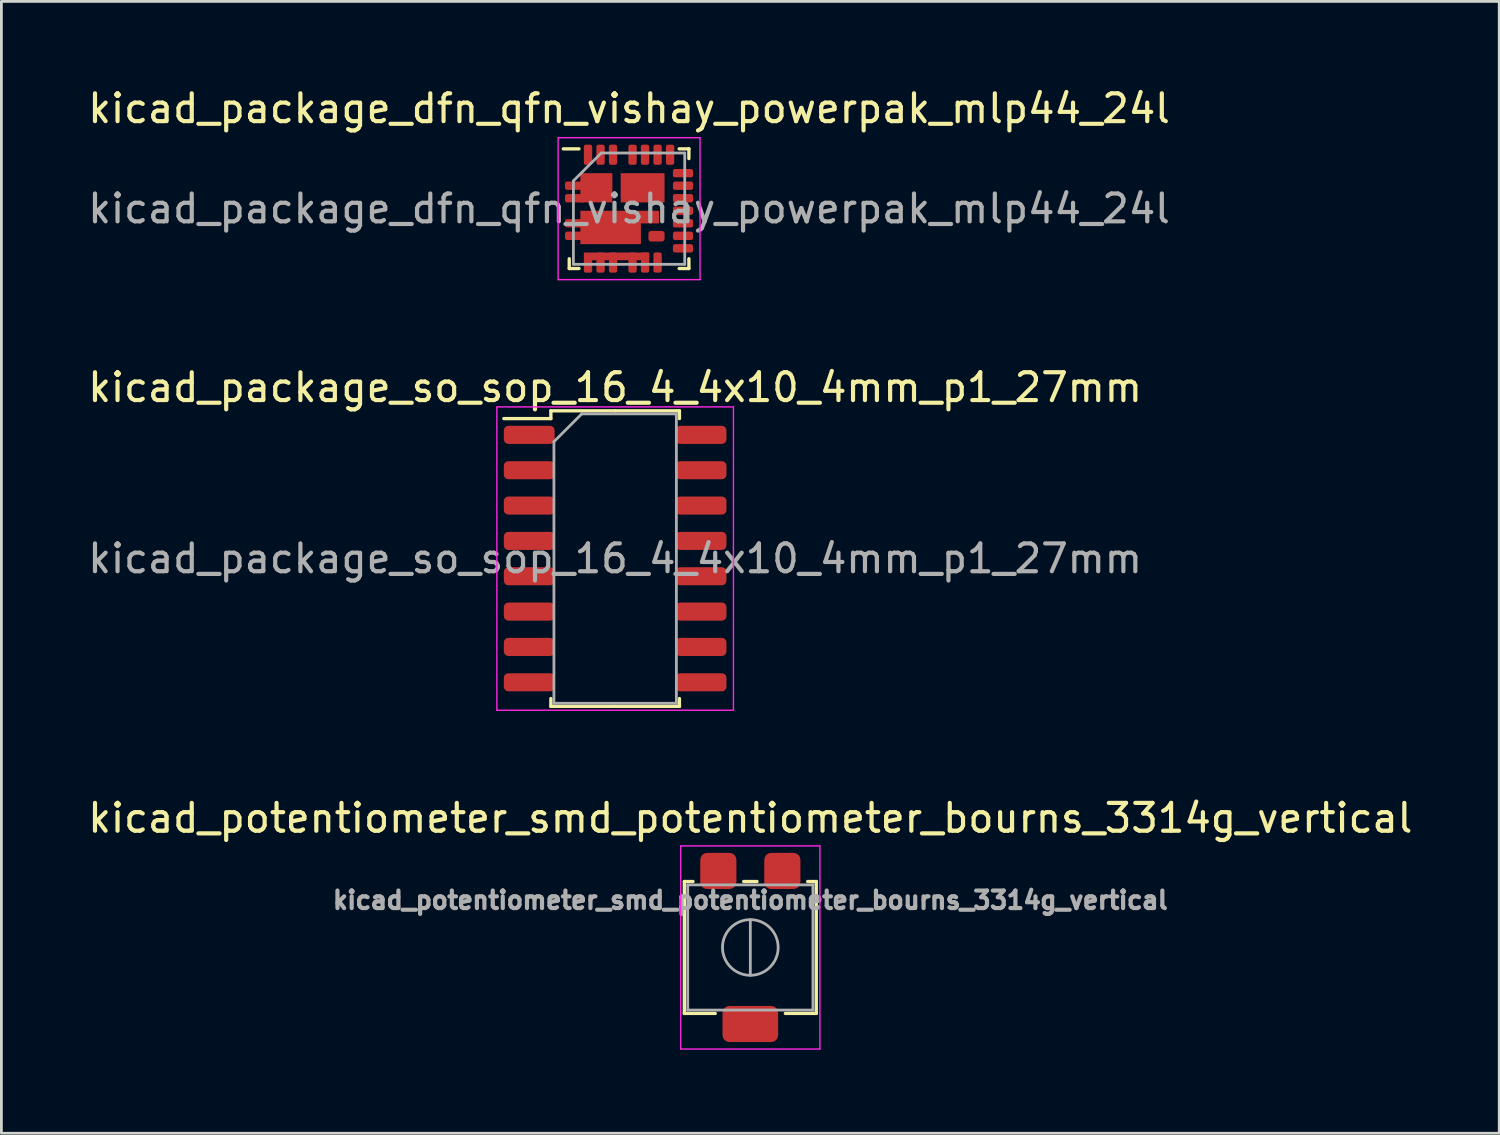
<source format=kicad_pcb>
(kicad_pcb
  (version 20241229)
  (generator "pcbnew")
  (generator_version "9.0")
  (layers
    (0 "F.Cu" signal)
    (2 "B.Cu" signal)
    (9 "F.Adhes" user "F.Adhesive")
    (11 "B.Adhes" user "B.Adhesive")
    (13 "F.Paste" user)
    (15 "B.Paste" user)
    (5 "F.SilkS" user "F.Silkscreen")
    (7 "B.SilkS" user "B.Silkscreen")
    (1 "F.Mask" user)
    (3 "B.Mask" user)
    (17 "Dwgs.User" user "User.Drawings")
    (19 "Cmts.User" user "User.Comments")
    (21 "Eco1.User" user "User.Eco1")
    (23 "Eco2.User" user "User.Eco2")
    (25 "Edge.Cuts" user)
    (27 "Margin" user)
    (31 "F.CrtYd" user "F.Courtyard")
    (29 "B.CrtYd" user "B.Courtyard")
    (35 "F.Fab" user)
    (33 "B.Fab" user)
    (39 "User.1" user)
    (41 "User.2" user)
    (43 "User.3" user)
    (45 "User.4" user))
  (footprint "kicad_package_dfn_qfn_vishay_powerpak_mlp44_24l"
    (layer "F.Cu")
    (at 19.554 4.448)
    (property "Reference" "kicad_package_dfn_qfn_vishay_powerpak_mlp44_24l" (at 0 -3.6 0) (layer "F.SilkS") (effects (font (size 1 1) (thickness 0.15))))
    (attr smd)
    (fp_line (start -2.15 2.15) (end -2.15 1.8) (stroke (width 0.12) (type solid)) (layer "F.SilkS"))
    (fp_line (start -1.8 -2.15) (end -2.362 -2.15) (stroke (width 0.12) (type solid)) (layer "F.SilkS"))
    (fp_line (start -1.8 2.15) (end -2.15 2.15) (stroke (width 0.12) (type solid)) (layer "F.SilkS"))
    (fp_line (start 1.8 -2.15) (end 2.15 -2.15) (stroke (width 0.12) (type solid)) (layer "F.SilkS"))
    (fp_line (start 1.8 2.15) (end 2.15 2.15) (stroke (width 0.12) (type solid)) (layer "F.SilkS"))
    (fp_line (start 2.15 -2.15) (end 2.15 -1.8) (stroke (width 0.12) (type solid)) (layer "F.SilkS"))
    (fp_line (start 2.15 2.15) (end 2.15 1.8) (stroke (width 0.12) (type solid)) (layer "F.SilkS"))
    (fp_line (start -2.55 -2.55) (end 2.55 -2.55) (stroke (width 0.05) (type solid)) (layer "F.CrtYd"))
    (fp_line (start -2.55 2.55) (end -2.55 -2.55) (stroke (width 0.05) (type solid)) (layer "F.CrtYd"))
    (fp_line (start 2.55 -2.55) (end 2.55 2.55) (stroke (width 0.05) (type solid)) (layer "F.CrtYd"))
    (fp_line (start 2.55 2.55) (end -2.55 2.55) (stroke (width 0.05) (type solid)) (layer "F.CrtYd"))
    (fp_line (start -2 -1) (end -2 2) (stroke (width 0.1) (type solid)) (layer "F.Fab"))
    (fp_line (start -2 2) (end 2 2) (stroke (width 0.1) (type solid)) (layer "F.Fab"))
    (fp_line (start -1 -2) (end -2 -1) (stroke (width 0.1) (type solid)) (layer "F.Fab"))
    (fp_line (start 2 -2) (end -1 -2) (stroke (width 0.1) (type solid)) (layer "F.Fab"))
    (fp_line (start 2 2) (end 2 -2) (stroke (width 0.1) (type solid)) (layer "F.Fab"))
    (fp_text user "${REFERENCE}" (at 0 0 0) (layer "F.Fab") (effects (font (size 1 1) (thickness 0.15))))
    (pad "1" smd roundrect (at -1.938 -0.825 90) (size 0.3 0.725) (layers "F.Cu" "F.Mask" "F.Paste") (roundrect_rratio 0.25))
    (pad "2" smd roundrect (at -1.938 -0.375 90) (size 0.3 0.725) (layers "F.Cu" "F.Mask" "F.Paste") (roundrect_rratio 0.25))
    (pad "3" smd roundrect (at -1.938 0.525 90) (size 0.3 0.725) (layers "F.Cu" "F.Mask" "F.Paste") (roundrect_rratio 0.25))
    (pad "4" smd roundrect (at -1.938 0.975 90) (size 0.3 0.725) (layers "F.Cu" "F.Mask" "F.Paste") (roundrect_rratio 0.25))
    (pad "5" smd custom (at -1.475 1.938) (size 0.3 0.725) (layers "F.Cu" "F.Mask" "F.Paste") (options (anchor circle)) (primitives (gr_poly (pts (xy -0.15 -0.287) (xy -0.144 -0.316) (xy -0.128 -0.341) (xy -0.104 -0.357) (xy -0.075 -0.362) (xy 0.075 -0.362) (xy 0.104 -0.357) (xy 0.128 -0.341) (xy 0.144 -0.316) (xy 0.15 -0.287) (xy 0.15 0.287) (xy 0.144 0.316) (xy 0.128 0.341) (xy 0.104 0.357) (xy 0.075 0.362) (xy -0.075 0.362) (xy -0.104 0.357) (xy -0.128 0.341) (xy -0.144 0.316) (xy -0.15 0.287)) (width 0) (fill yes)) (gr_poly (pts (xy -0.15 -0.362) (xy 2.2 -0.362) (xy 2.2 -0.087) (xy -0.15 -0.087)) (width 0) (fill yes))))
    (pad "6" smd roundrect (at -1.025 1.938) (size 0.3 0.725) (layers "F.Cu" "F.Mask" "F.Paste") (roundrect_rratio 0.25))
    (pad "7" smd roundrect (at -0.575 1.938) (size 0.3 0.725) (layers "F.Cu" "F.Mask" "F.Paste") (roundrect_rratio 0.25))
    (pad "8" smd roundrect (at 0.125 1.938) (size 0.3 0.725) (layers "F.Cu" "F.Mask" "F.Paste") (roundrect_rratio 0.25))
    (pad "9" smd roundrect (at 0.575 1.938) (size 0.3 0.725) (layers "F.Cu" "F.Mask" "F.Paste") (roundrect_rratio 0.25))
    (pad "10" smd roundrect (at 1.025 1.935) (size 0.3 0.725) (layers "F.Cu" "F.Mask" "F.Paste") (roundrect_rratio 0.25))
    (pad "11" smd roundrect (at 1.938 1.425 90) (size 0.3 0.725) (layers "F.Cu" "F.Mask" "F.Paste") (roundrect_rratio 0.25))
    (pad "12" smd roundrect (at 1.938 0.975 90) (size 0.3 0.725) (layers "F.Cu" "F.Mask" "F.Paste") (roundrect_rratio 0.25))
    (pad "13" smd roundrect (at 1.938 0.525 90) (size 0.3 0.725) (layers "F.Cu" "F.Mask" "F.Paste") (roundrect_rratio 0.25))
    (pad "14" smd roundrect (at 1.938 0.075 90) (size 0.3 0.725) (layers "F.Cu" "F.Mask" "F.Paste") (roundrect_rratio 0.25))
    (pad "15" smd roundrect (at 1.938 -0.375 90) (size 0.3 0.725) (layers "F.Cu" "F.Mask" "F.Paste") (roundrect_rratio 0.25))
    (pad "16" smd roundrect (at 1.938 -0.825 90) (size 0.3 0.725) (layers "F.Cu" "F.Mask" "F.Paste") (roundrect_rratio 0.25))
    (pad "17" smd roundrect (at 1.938 -1.275 90) (size 0.3 0.725) (layers "F.Cu" "F.Mask" "F.Paste") (roundrect_rratio 0.25))
    (pad "18" smd roundrect (at 1.475 -1.938) (size 0.3 0.725) (layers "F.Cu" "F.Mask" "F.Paste") (roundrect_rratio 0.25))
    (pad "19" smd roundrect (at 1.025 -1.938) (size 0.3 0.725) (layers "F.Cu" "F.Mask" "F.Paste") (roundrect_rratio 0.25))
    (pad "20" smd roundrect (at 0.575 -1.938) (size 0.3 0.725) (layers "F.Cu" "F.Mask" "F.Paste") (roundrect_rratio 0.25))
    (pad "21" smd roundrect (at 0.125 -1.938) (size 0.3 0.725) (layers "F.Cu" "F.Mask" "F.Paste") (roundrect_rratio 0.25))
    (pad "22" smd roundrect (at -0.575 -1.938) (size 0.3 0.725) (layers "F.Cu" "F.Mask" "F.Paste") (roundrect_rratio 0.25))
    (pad "23" smd roundrect (at -1.025 -1.938) (size 0.3 0.725) (layers "F.Cu" "F.Mask" "F.Paste") (roundrect_rratio 0.25))
    (pad "24" smd roundrect (at -1.475 -1.938) (size 0.3 0.725) (layers "F.Cu" "F.Mask" "F.Paste") (roundrect_rratio 0.25))
    (pad "25" smd rect (at 0.487 -0.75 180) (size 1.575 1.05) (layers "F.Cu" "F.Mask" "F.Paste"))
    (pad "26" smd rect (at -1.175 -0.75 180) (size 1.15 1.05) (layers "F.Cu" "F.Mask" "F.Paste"))
    (pad "27" smd custom (at -0.75 0.775) (size 1 1) (layers "F.Cu" "F.Mask" "F.Paste") (options (anchor rect)) (primitives (gr_poly (pts (xy -1 0.5) (xy -1 -0.7) (xy 1.825 -0.7) (xy 1.825 -0.245) (xy 1.175 -0.245) (xy 1.175 0.5)) (width 0) (fill yes))))
    (pad "28" smd roundrect (at 0.985 0.99 180) (size 0.58 0.38) (layers "F.Cu" "F.Mask" "F.Paste") (roundrect_rratio 0.25)))
  (footprint "kicad_potentiometer_smd_potentiometer_bourns_3314g_vertical"
    (layer "F.Cu")
    (at 23.911 30.995)
    (property "Reference" "kicad_potentiometer_smd_potentiometer_bourns_3314g_vertical" (at 0 -4.65 0) (layer "F.SilkS") (effects (font (size 1 1) (thickness 0.15))))
    (attr smd)
    (fp_line (start -2.37 -2.37) (end -2.37 2.37) (stroke (width 0.12) (type solid)) (layer "F.SilkS"))
    (fp_line (start -2.37 -2.37) (end -2.06 -2.37) (stroke (width 0.12) (type solid)) (layer "F.SilkS"))
    (fp_line (start -2.37 2.37) (end -1.26 2.37) (stroke (width 0.12) (type solid)) (layer "F.SilkS"))
    (fp_line (start -0.24 -2.37) (end 0.24 -2.37) (stroke (width 0.12) (type solid)) (layer "F.SilkS"))
    (fp_line (start 1.26 2.37) (end 2.37 2.37) (stroke (width 0.12) (type solid)) (layer "F.SilkS"))
    (fp_line (start 2.06 -2.37) (end 2.37 -2.37) (stroke (width 0.12) (type solid)) (layer "F.SilkS"))
    (fp_line (start 2.37 -2.37) (end 2.37 2.37) (stroke (width 0.12) (type solid)) (layer "F.SilkS"))
    (fp_line (start -2.5 -3.65) (end -2.5 3.65) (stroke (width 0.05) (type solid)) (layer "F.CrtYd"))
    (fp_line (start -2.5 3.65) (end 2.5 3.65) (stroke (width 0.05) (type solid)) (layer "F.CrtYd"))
    (fp_line (start 2.5 -3.65) (end -2.5 -3.65) (stroke (width 0.05) (type solid)) (layer "F.CrtYd"))
    (fp_line (start 2.5 3.65) (end 2.5 -3.65) (stroke (width 0.05) (type solid)) (layer "F.CrtYd"))
    (fp_line (start -2.25 -2.25) (end -2.25 2.25) (stroke (width 0.1) (type solid)) (layer "F.Fab"))
    (fp_line (start -2.25 2.25) (end 2.25 2.25) (stroke (width 0.1) (type solid)) (layer "F.Fab"))
    (fp_line (start 0 1) (end 0 -1) (stroke (width 0.1) (type solid)) (layer "F.Fab"))
    (fp_line (start 2.25 -2.25) (end -2.25 -2.25) (stroke (width 0.1) (type solid)) (layer "F.Fab"))
    (fp_line (start 2.25 2.25) (end 2.25 -2.25) (stroke (width 0.1) (type solid)) (layer "F.Fab"))
    (fp_circle (center 0 0) (end 1 0) (stroke (width 0.1) (type solid)) (fill no) (layer "F.Fab"))
    (fp_text user "${REFERENCE}" (at 0 -1.7 0) (layer "F.Fab") (effects (font (size 0.63 0.63) (thickness 0.15))))
    (pad "1" smd roundrect (at -1.15 -2.75) (size 1.3 1.3) (layers "F.Cu" "F.Mask" "F.Paste") (roundrect_rratio 0.192))
    (pad "2" smd roundrect (at 0 2.75) (size 2 1.3) (layers "F.Cu" "F.Mask" "F.Paste") (roundrect_rratio 0.192))
    (pad "3" smd roundrect (at 1.15 -2.75) (size 1.3 1.3) (layers "F.Cu" "F.Mask" "F.Paste") (roundrect_rratio 0.192)))
  (footprint "kicad_package_so_sop_16_4_4x10_4mm_p1_27mm"
    (layer "F.Cu")
    (at 19.054 17.021)
    (property "Reference" "kicad_package_so_sop_16_4_4x10_4mm_p1_27mm" (at 0 -6.15 0) (layer "F.SilkS") (effects (font (size 1 1) (thickness 0.15))))
    (attr smd)
    (fp_line (start -2.31 -5.31) (end -2.31 -5.03) (stroke (width 0.12) (type solid)) (layer "F.SilkS"))
    (fp_line (start -2.31 -5.03) (end -4 -5.03) (stroke (width 0.12) (type solid)) (layer "F.SilkS"))
    (fp_line (start -2.31 5.31) (end -2.31 5.03) (stroke (width 0.12) (type solid)) (layer "F.SilkS"))
    (fp_line (start 0 -5.31) (end -2.31 -5.31) (stroke (width 0.12) (type solid)) (layer "F.SilkS"))
    (fp_line (start 0 -5.31) (end 2.31 -5.31) (stroke (width 0.12) (type solid)) (layer "F.SilkS"))
    (fp_line (start 0 5.31) (end -2.31 5.31) (stroke (width 0.12) (type solid)) (layer "F.SilkS"))
    (fp_line (start 0 5.31) (end 2.31 5.31) (stroke (width 0.12) (type solid)) (layer "F.SilkS"))
    (fp_line (start 2.31 -5.31) (end 2.31 -5.03) (stroke (width 0.12) (type solid)) (layer "F.SilkS"))
    (fp_line (start 2.31 5.31) (end 2.31 5.03) (stroke (width 0.12) (type solid)) (layer "F.SilkS"))
    (fp_line (start -4.25 -5.45) (end -4.25 5.45) (stroke (width 0.05) (type solid)) (layer "F.CrtYd"))
    (fp_line (start -4.25 5.45) (end 4.25 5.45) (stroke (width 0.05) (type solid)) (layer "F.CrtYd"))
    (fp_line (start 4.25 -5.45) (end -4.25 -5.45) (stroke (width 0.05) (type solid)) (layer "F.CrtYd"))
    (fp_line (start 4.25 5.45) (end 4.25 -5.45) (stroke (width 0.05) (type solid)) (layer "F.CrtYd"))
    (fp_line (start -2.2 -4.2) (end -1.2 -5.2) (stroke (width 0.1) (type solid)) (layer "F.Fab"))
    (fp_line (start -2.2 5.2) (end -2.2 -4.2) (stroke (width 0.1) (type solid)) (layer "F.Fab"))
    (fp_line (start -1.2 -5.2) (end 2.2 -5.2) (stroke (width 0.1) (type solid)) (layer "F.Fab"))
    (fp_line (start 2.2 -5.2) (end 2.2 5.2) (stroke (width 0.1) (type solid)) (layer "F.Fab"))
    (fp_line (start 2.2 5.2) (end -2.2 5.2) (stroke (width 0.1) (type solid)) (layer "F.Fab"))
    (fp_text user "${REFERENCE}" (at 0 0 0) (layer "F.Fab") (effects (font (size 1 1) (thickness 0.15))))
    (pad "1" smd roundrect (at -3.087 -4.445) (size 1.825 0.65) (layers "F.Cu" "F.Mask" "F.Paste") (roundrect_rratio 0.25))
    (pad "2" smd roundrect (at -3.087 -3.175) (size 1.825 0.65) (layers "F.Cu" "F.Mask" "F.Paste") (roundrect_rratio 0.25))
    (pad "3" smd roundrect (at -3.087 -1.905) (size 1.825 0.65) (layers "F.Cu" "F.Mask" "F.Paste") (roundrect_rratio 0.25))
    (pad "4" smd roundrect (at -3.087 -0.635) (size 1.825 0.65) (layers "F.Cu" "F.Mask" "F.Paste") (roundrect_rratio 0.25))
    (pad "5" smd roundrect (at -3.087 0.635) (size 1.825 0.65) (layers "F.Cu" "F.Mask" "F.Paste") (roundrect_rratio 0.25))
    (pad "6" smd roundrect (at -3.087 1.905) (size 1.825 0.65) (layers "F.Cu" "F.Mask" "F.Paste") (roundrect_rratio 0.25))
    (pad "7" smd roundrect (at -3.087 3.175) (size 1.825 0.65) (layers "F.Cu" "F.Mask" "F.Paste") (roundrect_rratio 0.25))
    (pad "8" smd roundrect (at -3.087 4.445) (size 1.825 0.65) (layers "F.Cu" "F.Mask" "F.Paste") (roundrect_rratio 0.25))
    (pad "9" smd roundrect (at 3.087 4.445) (size 1.825 0.65) (layers "F.Cu" "F.Mask" "F.Paste") (roundrect_rratio 0.25))
    (pad "10" smd roundrect (at 3.087 3.175) (size 1.825 0.65) (layers "F.Cu" "F.Mask" "F.Paste") (roundrect_rratio 0.25))
    (pad "11" smd roundrect (at 3.087 1.905) (size 1.825 0.65) (layers "F.Cu" "F.Mask" "F.Paste") (roundrect_rratio 0.25))
    (pad "12" smd roundrect (at 3.087 0.635) (size 1.825 0.65) (layers "F.Cu" "F.Mask" "F.Paste") (roundrect_rratio 0.25))
    (pad "13" smd roundrect (at 3.087 -0.635) (size 1.825 0.65) (layers "F.Cu" "F.Mask" "F.Paste") (roundrect_rratio 0.25))
    (pad "14" smd roundrect (at 3.087 -1.905) (size 1.825 0.65) (layers "F.Cu" "F.Mask" "F.Paste") (roundrect_rratio 0.25))
    (pad "15" smd roundrect (at 3.087 -3.175) (size 1.825 0.65) (layers "F.Cu" "F.Mask" "F.Paste") (roundrect_rratio 0.25))
    (pad "16" smd roundrect (at 3.087 -4.445) (size 1.825 0.65) (layers "F.Cu" "F.Mask" "F.Paste") (roundrect_rratio 0.25)))
  (gr_rect
    (start -3 -3)
    (end 50.821 37.67)
    (stroke (width 0.1) (type default))
    (fill no)
    (layer "Edge.Cuts")))
</source>
